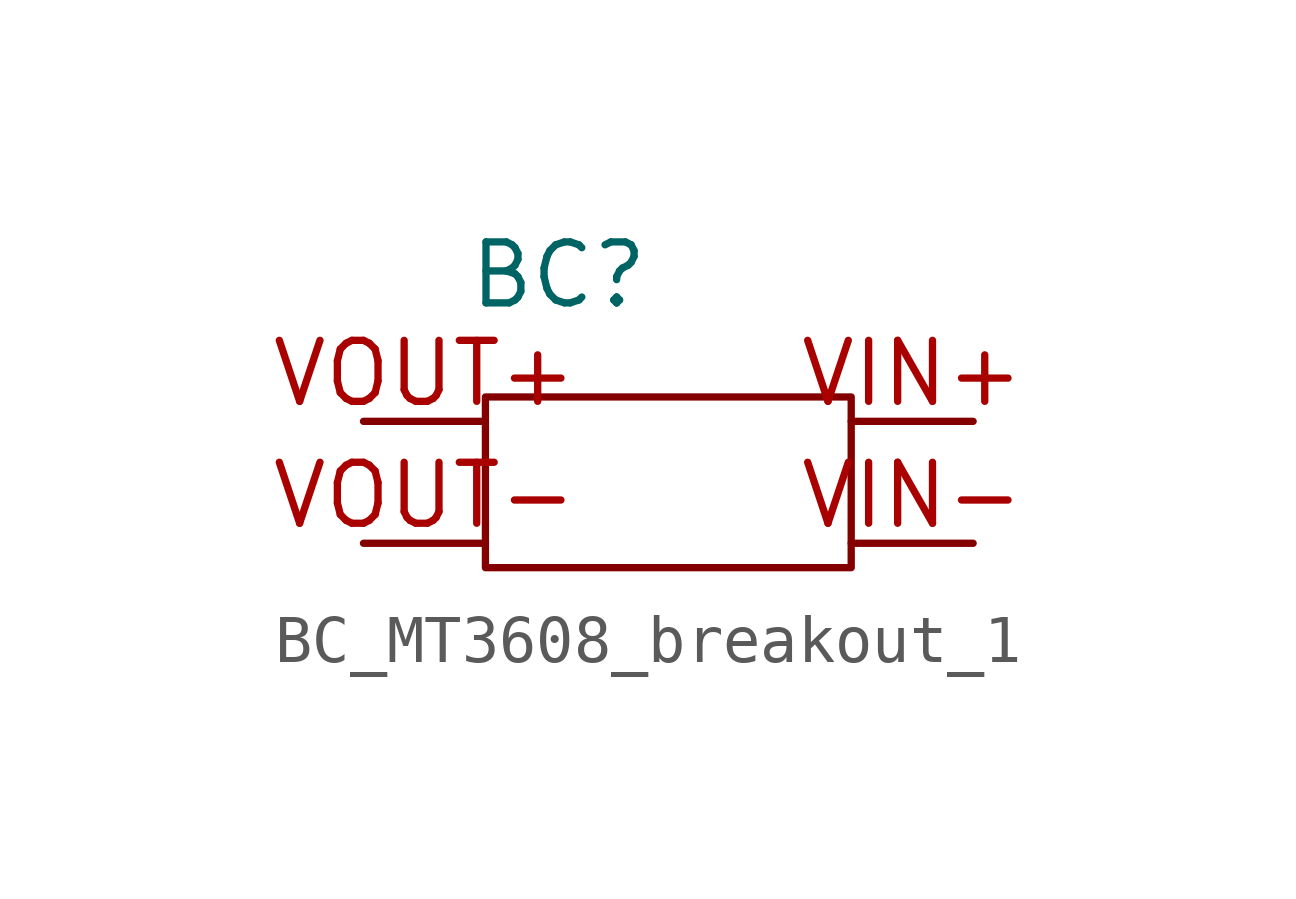
<source format=kicad_sym>
(kicad_symbol_lib
  (version 20241209)
  (generator "kicad_symbol_editor")
  (generator_version "9.0")
  (symbol "BC_MT3608_breakout_1"
    (property "Reference" "BC"
      (at -2.286 4.318 0)
      (effects (font (size 1.27 1.27))))
    (property "Value" ""
      (at 0 0 0)
      (effects (font (size 1.27 1.27))))
    (symbol "BC_MT3608_breakout_1_0_1"
      (rectangle (start -3.81 1.778) (end 3.81 -1.778) (stroke (width 0) (type default)) (fill (type none))))
    (symbol "BC_MT3608_breakout_1_1_1"
      (pin output line (at -6.35 1.27 0) (length 2.54) (name "" (effects (font (size 1.27 1.27)))) (number "VOUT+" (effects (font (size 1.27 1.27)))))
      (pin output line (at -6.35 -1.27 0) (length 2.54) (name "" (effects (font (size 1.27 1.27)))) (number "VOUT-" (effects (font (size 1.27 1.27)))))
      (pin input line (at 6.35 1.27 180) (length 2.54) (name "" (effects (font (size 1.27 1.27)))) (number "VIN+" (effects (font (size 1.27 1.27)))))
      (pin input line (at 6.35 -1.27 180) (length 2.54) (name "" (effects (font (size 1.27 1.27)))) (number "VIN-" (effects (font (size 1.27 1.27))))))))
</source>
